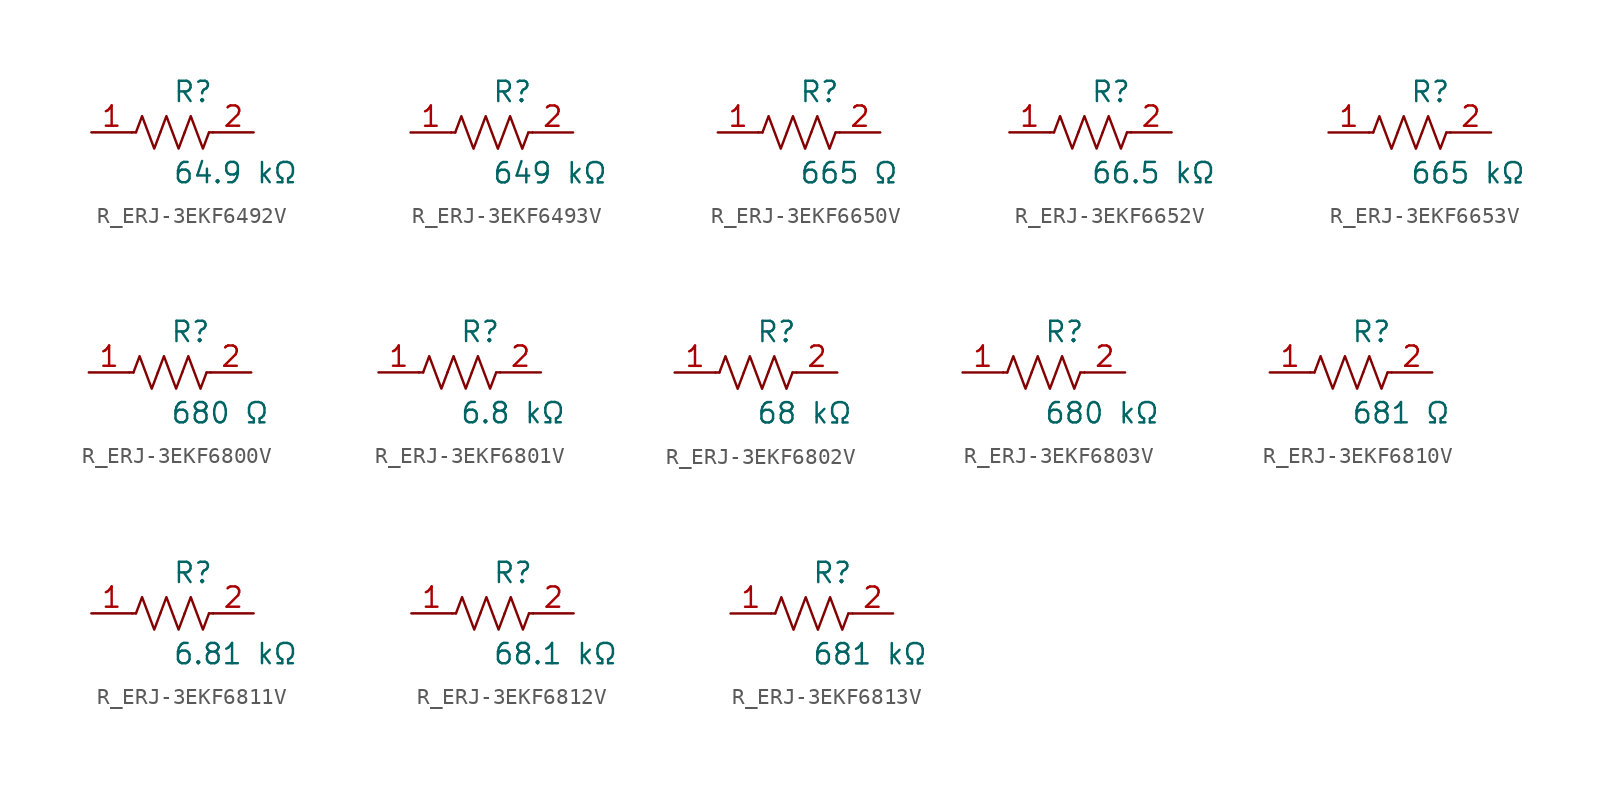
<source format=kicad_sym>
(kicad_symbol_lib
  (version 20231120)
  (generator kicad_symbol_editor)
  (generator_version 8.0)
  (symbol "R_ERJ-3EKF6492V"
    (pin_names
      (offset 0.254))
    (property "Reference" "R"
      (at 0.0 2.54 0)
      (effects (font (size 1.27 1.27)) (justify left)))
    (property "Value" "64.9 kΩ"
      (at 0.0 -2.54 0)
      (effects (font (size 1.27 1.27)) (justify left)))
    (symbol "R_ERJ-3EKF6492V_0_1"
      (polyline (pts (xy 2.286 0) (xy 2.54 0)) (stroke (width 0) (type default)) (fill (type none)))
      (polyline (pts (xy -2.286 0) (xy -2.54 0)) (stroke (width 0) (type default)) (fill (type none)))
      (polyline (pts (xy 0.762 0) (xy 1.143 1.016) (xy 1.524 0) (xy 1.905 -1.016) (xy 2.286 0)) (stroke (width 0) (type default)) (fill (type none)))
      (polyline (pts (xy -0.762 0) (xy -0.381 1.016) (xy 0 0) (xy 0.381 -1.016) (xy 0.762 0)) (stroke (width 0) (type default)) (fill (type none)))
      (polyline (pts (xy -2.286 0) (xy -1.905 1.016) (xy -1.524 0) (xy -1.143 -1.016) (xy -0.762 0)) (stroke (width 0) (type default)) (fill (type none))))
    (pin unspecified line
      (at -5.08 0 0)
      (length 2.54)
      (name "" (effects (font (size 1.27 1.27))))
      (number "1" (effects (font (size 1.27 1.27)))))
    (pin unspecified line
      (at 5.08 0 180)
      (length 2.54)
      (name "" (effects (font (size 1.27 1.27))))
      (number "2" (effects (font (size 1.27 1.27))))))
  (symbol "R_ERJ-3EKF6493V"
    (pin_names
      (offset 0.254))
    (property "Reference" "R"
      (at 0.0 2.54 0)
      (effects (font (size 1.27 1.27)) (justify left)))
    (property "Value" "649 kΩ"
      (at 0.0 -2.54 0)
      (effects (font (size 1.27 1.27)) (justify left)))
    (symbol "R_ERJ-3EKF6493V_0_1"
      (polyline (pts (xy 2.286 0) (xy 2.54 0)) (stroke (width 0) (type default)) (fill (type none)))
      (polyline (pts (xy -2.286 0) (xy -2.54 0)) (stroke (width 0) (type default)) (fill (type none)))
      (polyline (pts (xy 0.762 0) (xy 1.143 1.016) (xy 1.524 0) (xy 1.905 -1.016) (xy 2.286 0)) (stroke (width 0) (type default)) (fill (type none)))
      (polyline (pts (xy -0.762 0) (xy -0.381 1.016) (xy 0 0) (xy 0.381 -1.016) (xy 0.762 0)) (stroke (width 0) (type default)) (fill (type none)))
      (polyline (pts (xy -2.286 0) (xy -1.905 1.016) (xy -1.524 0) (xy -1.143 -1.016) (xy -0.762 0)) (stroke (width 0) (type default)) (fill (type none))))
    (pin unspecified line
      (at -5.08 0 0)
      (length 2.54)
      (name "" (effects (font (size 1.27 1.27))))
      (number "1" (effects (font (size 1.27 1.27)))))
    (pin unspecified line
      (at 5.08 0 180)
      (length 2.54)
      (name "" (effects (font (size 1.27 1.27))))
      (number "2" (effects (font (size 1.27 1.27))))))
  (symbol "R_ERJ-3EKF6650V"
    (pin_names
      (offset 0.254))
    (property "Reference" "R"
      (at 0.0 2.54 0)
      (effects (font (size 1.27 1.27)) (justify left)))
    (property "Value" "665 Ω"
      (at 0.0 -2.54 0)
      (effects (font (size 1.27 1.27)) (justify left)))
    (symbol "R_ERJ-3EKF6650V_0_1"
      (polyline (pts (xy 2.286 0) (xy 2.54 0)) (stroke (width 0) (type default)) (fill (type none)))
      (polyline (pts (xy -2.286 0) (xy -2.54 0)) (stroke (width 0) (type default)) (fill (type none)))
      (polyline (pts (xy 0.762 0) (xy 1.143 1.016) (xy 1.524 0) (xy 1.905 -1.016) (xy 2.286 0)) (stroke (width 0) (type default)) (fill (type none)))
      (polyline (pts (xy -0.762 0) (xy -0.381 1.016) (xy 0 0) (xy 0.381 -1.016) (xy 0.762 0)) (stroke (width 0) (type default)) (fill (type none)))
      (polyline (pts (xy -2.286 0) (xy -1.905 1.016) (xy -1.524 0) (xy -1.143 -1.016) (xy -0.762 0)) (stroke (width 0) (type default)) (fill (type none))))
    (pin unspecified line
      (at -5.08 0 0)
      (length 2.54)
      (name "" (effects (font (size 1.27 1.27))))
      (number "1" (effects (font (size 1.27 1.27)))))
    (pin unspecified line
      (at 5.08 0 180)
      (length 2.54)
      (name "" (effects (font (size 1.27 1.27))))
      (number "2" (effects (font (size 1.27 1.27))))))
  (symbol "R_ERJ-3EKF6652V"
    (pin_names
      (offset 0.254))
    (property "Reference" "R"
      (at 0.0 2.54 0)
      (effects (font (size 1.27 1.27)) (justify left)))
    (property "Value" "66.5 kΩ"
      (at 0.0 -2.54 0)
      (effects (font (size 1.27 1.27)) (justify left)))
    (symbol "R_ERJ-3EKF6652V_0_1"
      (polyline (pts (xy 2.286 0) (xy 2.54 0)) (stroke (width 0) (type default)) (fill (type none)))
      (polyline (pts (xy -2.286 0) (xy -2.54 0)) (stroke (width 0) (type default)) (fill (type none)))
      (polyline (pts (xy 0.762 0) (xy 1.143 1.016) (xy 1.524 0) (xy 1.905 -1.016) (xy 2.286 0)) (stroke (width 0) (type default)) (fill (type none)))
      (polyline (pts (xy -0.762 0) (xy -0.381 1.016) (xy 0 0) (xy 0.381 -1.016) (xy 0.762 0)) (stroke (width 0) (type default)) (fill (type none)))
      (polyline (pts (xy -2.286 0) (xy -1.905 1.016) (xy -1.524 0) (xy -1.143 -1.016) (xy -0.762 0)) (stroke (width 0) (type default)) (fill (type none))))
    (pin unspecified line
      (at -5.08 0 0)
      (length 2.54)
      (name "" (effects (font (size 1.27 1.27))))
      (number "1" (effects (font (size 1.27 1.27)))))
    (pin unspecified line
      (at 5.08 0 180)
      (length 2.54)
      (name "" (effects (font (size 1.27 1.27))))
      (number "2" (effects (font (size 1.27 1.27))))))
  (symbol "R_ERJ-3EKF6653V"
    (pin_names
      (offset 0.254))
    (property "Reference" "R"
      (at 0.0 2.54 0)
      (effects (font (size 1.27 1.27)) (justify left)))
    (property "Value" "665 kΩ"
      (at 0.0 -2.54 0)
      (effects (font (size 1.27 1.27)) (justify left)))
    (symbol "R_ERJ-3EKF6653V_0_1"
      (polyline (pts (xy 2.286 0) (xy 2.54 0)) (stroke (width 0) (type default)) (fill (type none)))
      (polyline (pts (xy -2.286 0) (xy -2.54 0)) (stroke (width 0) (type default)) (fill (type none)))
      (polyline (pts (xy 0.762 0) (xy 1.143 1.016) (xy 1.524 0) (xy 1.905 -1.016) (xy 2.286 0)) (stroke (width 0) (type default)) (fill (type none)))
      (polyline (pts (xy -0.762 0) (xy -0.381 1.016) (xy 0 0) (xy 0.381 -1.016) (xy 0.762 0)) (stroke (width 0) (type default)) (fill (type none)))
      (polyline (pts (xy -2.286 0) (xy -1.905 1.016) (xy -1.524 0) (xy -1.143 -1.016) (xy -0.762 0)) (stroke (width 0) (type default)) (fill (type none))))
    (pin unspecified line
      (at -5.08 0 0)
      (length 2.54)
      (name "" (effects (font (size 1.27 1.27))))
      (number "1" (effects (font (size 1.27 1.27)))))
    (pin unspecified line
      (at 5.08 0 180)
      (length 2.54)
      (name "" (effects (font (size 1.27 1.27))))
      (number "2" (effects (font (size 1.27 1.27))))))
  (symbol "R_ERJ-3EKF6800V"
    (pin_names
      (offset 0.254))
    (property "Reference" "R"
      (at 0.0 2.54 0)
      (effects (font (size 1.27 1.27)) (justify left)))
    (property "Value" "680 Ω"
      (at 0.0 -2.54 0)
      (effects (font (size 1.27 1.27)) (justify left)))
    (symbol "R_ERJ-3EKF6800V_0_1"
      (polyline (pts (xy 2.286 0) (xy 2.54 0)) (stroke (width 0) (type default)) (fill (type none)))
      (polyline (pts (xy -2.286 0) (xy -2.54 0)) (stroke (width 0) (type default)) (fill (type none)))
      (polyline (pts (xy 0.762 0) (xy 1.143 1.016) (xy 1.524 0) (xy 1.905 -1.016) (xy 2.286 0)) (stroke (width 0) (type default)) (fill (type none)))
      (polyline (pts (xy -0.762 0) (xy -0.381 1.016) (xy 0 0) (xy 0.381 -1.016) (xy 0.762 0)) (stroke (width 0) (type default)) (fill (type none)))
      (polyline (pts (xy -2.286 0) (xy -1.905 1.016) (xy -1.524 0) (xy -1.143 -1.016) (xy -0.762 0)) (stroke (width 0) (type default)) (fill (type none))))
    (pin unspecified line
      (at -5.08 0 0)
      (length 2.54)
      (name "" (effects (font (size 1.27 1.27))))
      (number "1" (effects (font (size 1.27 1.27)))))
    (pin unspecified line
      (at 5.08 0 180)
      (length 2.54)
      (name "" (effects (font (size 1.27 1.27))))
      (number "2" (effects (font (size 1.27 1.27))))))
  (symbol "R_ERJ-3EKF6801V"
    (pin_names
      (offset 0.254))
    (property "Reference" "R"
      (at 0.0 2.54 0)
      (effects (font (size 1.27 1.27)) (justify left)))
    (property "Value" "6.8 kΩ"
      (at 0.0 -2.54 0)
      (effects (font (size 1.27 1.27)) (justify left)))
    (symbol "R_ERJ-3EKF6801V_0_1"
      (polyline (pts (xy 2.286 0) (xy 2.54 0)) (stroke (width 0) (type default)) (fill (type none)))
      (polyline (pts (xy -2.286 0) (xy -2.54 0)) (stroke (width 0) (type default)) (fill (type none)))
      (polyline (pts (xy 0.762 0) (xy 1.143 1.016) (xy 1.524 0) (xy 1.905 -1.016) (xy 2.286 0)) (stroke (width 0) (type default)) (fill (type none)))
      (polyline (pts (xy -0.762 0) (xy -0.381 1.016) (xy 0 0) (xy 0.381 -1.016) (xy 0.762 0)) (stroke (width 0) (type default)) (fill (type none)))
      (polyline (pts (xy -2.286 0) (xy -1.905 1.016) (xy -1.524 0) (xy -1.143 -1.016) (xy -0.762 0)) (stroke (width 0) (type default)) (fill (type none))))
    (pin unspecified line
      (at -5.08 0 0)
      (length 2.54)
      (name "" (effects (font (size 1.27 1.27))))
      (number "1" (effects (font (size 1.27 1.27)))))
    (pin unspecified line
      (at 5.08 0 180)
      (length 2.54)
      (name "" (effects (font (size 1.27 1.27))))
      (number "2" (effects (font (size 1.27 1.27))))))
  (symbol "R_ERJ-3EKF6802V"
    (pin_names
      (offset 0.254))
    (property "Reference" "R"
      (at 0.0 2.54 0)
      (effects (font (size 1.27 1.27)) (justify left)))
    (property "Value" "68 kΩ"
      (at 0.0 -2.54 0)
      (effects (font (size 1.27 1.27)) (justify left)))
    (symbol "R_ERJ-3EKF6802V_0_1"
      (polyline (pts (xy 2.286 0) (xy 2.54 0)) (stroke (width 0) (type default)) (fill (type none)))
      (polyline (pts (xy -2.286 0) (xy -2.54 0)) (stroke (width 0) (type default)) (fill (type none)))
      (polyline (pts (xy 0.762 0) (xy 1.143 1.016) (xy 1.524 0) (xy 1.905 -1.016) (xy 2.286 0)) (stroke (width 0) (type default)) (fill (type none)))
      (polyline (pts (xy -0.762 0) (xy -0.381 1.016) (xy 0 0) (xy 0.381 -1.016) (xy 0.762 0)) (stroke (width 0) (type default)) (fill (type none)))
      (polyline (pts (xy -2.286 0) (xy -1.905 1.016) (xy -1.524 0) (xy -1.143 -1.016) (xy -0.762 0)) (stroke (width 0) (type default)) (fill (type none))))
    (pin unspecified line
      (at -5.08 0 0)
      (length 2.54)
      (name "" (effects (font (size 1.27 1.27))))
      (number "1" (effects (font (size 1.27 1.27)))))
    (pin unspecified line
      (at 5.08 0 180)
      (length 2.54)
      (name "" (effects (font (size 1.27 1.27))))
      (number "2" (effects (font (size 1.27 1.27))))))
  (symbol "R_ERJ-3EKF6803V"
    (pin_names
      (offset 0.254))
    (property "Reference" "R"
      (at 0.0 2.54 0)
      (effects (font (size 1.27 1.27)) (justify left)))
    (property "Value" "680 kΩ"
      (at 0.0 -2.54 0)
      (effects (font (size 1.27 1.27)) (justify left)))
    (symbol "R_ERJ-3EKF6803V_0_1"
      (polyline (pts (xy 2.286 0) (xy 2.54 0)) (stroke (width 0) (type default)) (fill (type none)))
      (polyline (pts (xy -2.286 0) (xy -2.54 0)) (stroke (width 0) (type default)) (fill (type none)))
      (polyline (pts (xy 0.762 0) (xy 1.143 1.016) (xy 1.524 0) (xy 1.905 -1.016) (xy 2.286 0)) (stroke (width 0) (type default)) (fill (type none)))
      (polyline (pts (xy -0.762 0) (xy -0.381 1.016) (xy 0 0) (xy 0.381 -1.016) (xy 0.762 0)) (stroke (width 0) (type default)) (fill (type none)))
      (polyline (pts (xy -2.286 0) (xy -1.905 1.016) (xy -1.524 0) (xy -1.143 -1.016) (xy -0.762 0)) (stroke (width 0) (type default)) (fill (type none))))
    (pin unspecified line
      (at -5.08 0 0)
      (length 2.54)
      (name "" (effects (font (size 1.27 1.27))))
      (number "1" (effects (font (size 1.27 1.27)))))
    (pin unspecified line
      (at 5.08 0 180)
      (length 2.54)
      (name "" (effects (font (size 1.27 1.27))))
      (number "2" (effects (font (size 1.27 1.27))))))
  (symbol "R_ERJ-3EKF6810V"
    (pin_names
      (offset 0.254))
    (property "Reference" "R"
      (at 0.0 2.54 0)
      (effects (font (size 1.27 1.27)) (justify left)))
    (property "Value" "681 Ω"
      (at 0.0 -2.54 0)
      (effects (font (size 1.27 1.27)) (justify left)))
    (symbol "R_ERJ-3EKF6810V_0_1"
      (polyline (pts (xy 2.286 0) (xy 2.54 0)) (stroke (width 0) (type default)) (fill (type none)))
      (polyline (pts (xy -2.286 0) (xy -2.54 0)) (stroke (width 0) (type default)) (fill (type none)))
      (polyline (pts (xy 0.762 0) (xy 1.143 1.016) (xy 1.524 0) (xy 1.905 -1.016) (xy 2.286 0)) (stroke (width 0) (type default)) (fill (type none)))
      (polyline (pts (xy -0.762 0) (xy -0.381 1.016) (xy 0 0) (xy 0.381 -1.016) (xy 0.762 0)) (stroke (width 0) (type default)) (fill (type none)))
      (polyline (pts (xy -2.286 0) (xy -1.905 1.016) (xy -1.524 0) (xy -1.143 -1.016) (xy -0.762 0)) (stroke (width 0) (type default)) (fill (type none))))
    (pin unspecified line
      (at -5.08 0 0)
      (length 2.54)
      (name "" (effects (font (size 1.27 1.27))))
      (number "1" (effects (font (size 1.27 1.27)))))
    (pin unspecified line
      (at 5.08 0 180)
      (length 2.54)
      (name "" (effects (font (size 1.27 1.27))))
      (number "2" (effects (font (size 1.27 1.27))))))
  (symbol "R_ERJ-3EKF6811V"
    (pin_names
      (offset 0.254))
    (property "Reference" "R"
      (at 0.0 2.54 0)
      (effects (font (size 1.27 1.27)) (justify left)))
    (property "Value" "6.81 kΩ"
      (at 0.0 -2.54 0)
      (effects (font (size 1.27 1.27)) (justify left)))
    (symbol "R_ERJ-3EKF6811V_0_1"
      (polyline (pts (xy 2.286 0) (xy 2.54 0)) (stroke (width 0) (type default)) (fill (type none)))
      (polyline (pts (xy -2.286 0) (xy -2.54 0)) (stroke (width 0) (type default)) (fill (type none)))
      (polyline (pts (xy 0.762 0) (xy 1.143 1.016) (xy 1.524 0) (xy 1.905 -1.016) (xy 2.286 0)) (stroke (width 0) (type default)) (fill (type none)))
      (polyline (pts (xy -0.762 0) (xy -0.381 1.016) (xy 0 0) (xy 0.381 -1.016) (xy 0.762 0)) (stroke (width 0) (type default)) (fill (type none)))
      (polyline (pts (xy -2.286 0) (xy -1.905 1.016) (xy -1.524 0) (xy -1.143 -1.016) (xy -0.762 0)) (stroke (width 0) (type default)) (fill (type none))))
    (pin unspecified line
      (at -5.08 0 0)
      (length 2.54)
      (name "" (effects (font (size 1.27 1.27))))
      (number "1" (effects (font (size 1.27 1.27)))))
    (pin unspecified line
      (at 5.08 0 180)
      (length 2.54)
      (name "" (effects (font (size 1.27 1.27))))
      (number "2" (effects (font (size 1.27 1.27))))))
  (symbol "R_ERJ-3EKF6812V"
    (pin_names
      (offset 0.254))
    (property "Reference" "R"
      (at 0.0 2.54 0)
      (effects (font (size 1.27 1.27)) (justify left)))
    (property "Value" "68.1 kΩ"
      (at 0.0 -2.54 0)
      (effects (font (size 1.27 1.27)) (justify left)))
    (symbol "R_ERJ-3EKF6812V_0_1"
      (polyline (pts (xy 2.286 0) (xy 2.54 0)) (stroke (width 0) (type default)) (fill (type none)))
      (polyline (pts (xy -2.286 0) (xy -2.54 0)) (stroke (width 0) (type default)) (fill (type none)))
      (polyline (pts (xy 0.762 0) (xy 1.143 1.016) (xy 1.524 0) (xy 1.905 -1.016) (xy 2.286 0)) (stroke (width 0) (type default)) (fill (type none)))
      (polyline (pts (xy -0.762 0) (xy -0.381 1.016) (xy 0 0) (xy 0.381 -1.016) (xy 0.762 0)) (stroke (width 0) (type default)) (fill (type none)))
      (polyline (pts (xy -2.286 0) (xy -1.905 1.016) (xy -1.524 0) (xy -1.143 -1.016) (xy -0.762 0)) (stroke (width 0) (type default)) (fill (type none))))
    (pin unspecified line
      (at -5.08 0 0)
      (length 2.54)
      (name "" (effects (font (size 1.27 1.27))))
      (number "1" (effects (font (size 1.27 1.27)))))
    (pin unspecified line
      (at 5.08 0 180)
      (length 2.54)
      (name "" (effects (font (size 1.27 1.27))))
      (number "2" (effects (font (size 1.27 1.27))))))
  (symbol "R_ERJ-3EKF6813V"
    (pin_names
      (offset 0.254))
    (property "Reference" "R"
      (at 0.0 2.54 0)
      (effects (font (size 1.27 1.27)) (justify left)))
    (property "Value" "681 kΩ"
      (at 0.0 -2.54 0)
      (effects (font (size 1.27 1.27)) (justify left)))
    (symbol "R_ERJ-3EKF6813V_0_1"
      (polyline (pts (xy 2.286 0) (xy 2.54 0)) (stroke (width 0) (type default)) (fill (type none)))
      (polyline (pts (xy -2.286 0) (xy -2.54 0)) (stroke (width 0) (type default)) (fill (type none)))
      (polyline (pts (xy 0.762 0) (xy 1.143 1.016) (xy 1.524 0) (xy 1.905 -1.016) (xy 2.286 0)) (stroke (width 0) (type default)) (fill (type none)))
      (polyline (pts (xy -0.762 0) (xy -0.381 1.016) (xy 0 0) (xy 0.381 -1.016) (xy 0.762 0)) (stroke (width 0) (type default)) (fill (type none)))
      (polyline (pts (xy -2.286 0) (xy -1.905 1.016) (xy -1.524 0) (xy -1.143 -1.016) (xy -0.762 0)) (stroke (width 0) (type default)) (fill (type none))))
    (pin unspecified line
      (at -5.08 0 0)
      (length 2.54)
      (name "" (effects (font (size 1.27 1.27))))
      (number "1" (effects (font (size 1.27 1.27)))))
    (pin unspecified line
      (at 5.08 0 180)
      (length 2.54)
      (name "" (effects (font (size 1.27 1.27))))
      (number "2" (effects (font (size 1.27 1.27)))))))
</source>
